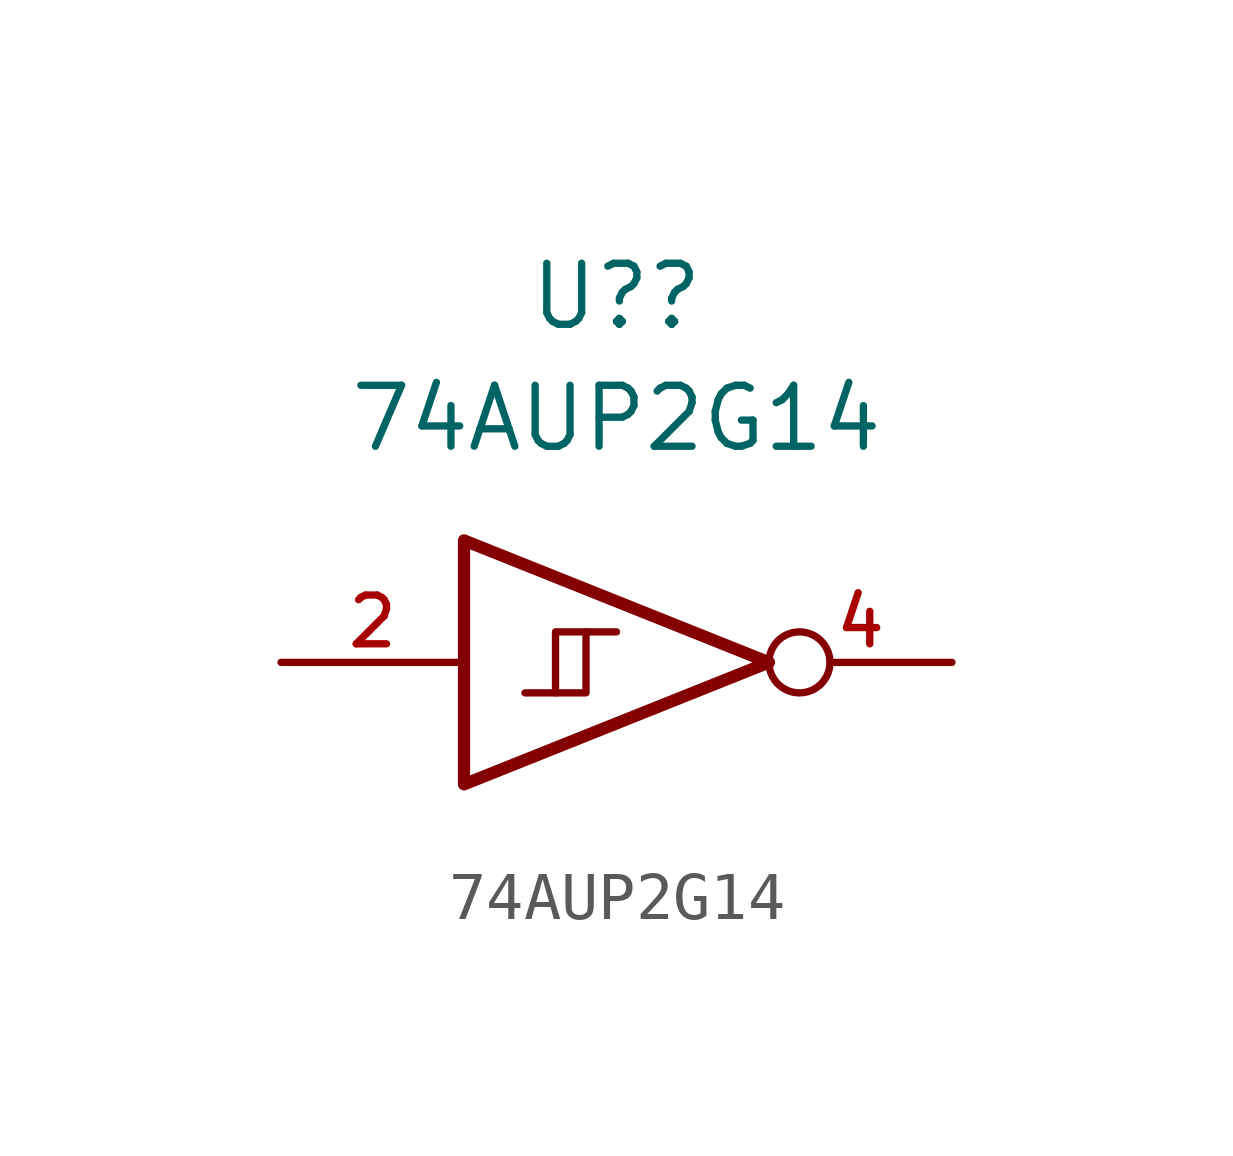
<source format=kicad_sym>
(kicad_symbol_lib
  (version 20211014)
  (generator kicad_symbol_editor)
  (symbol "74AUP2G14"
    (pin_names
      (offset 1.016))
    (property "Reference" "U?"
      (at -0.635 7.62 0)
      (effects (font (size 1.27 1.27))))
    (property "Value" "74AUP2G14"
      (at -0.635 5.08 0)
      (effects (font (size 1.27 1.27))))
    (symbol "74AUP2G14_0_1"
      (polyline (pts (xy -1.905 -0.635) (xy -1.27 -0.635) (xy -1.27 0.635)) (stroke (width 0) (type default) (color 0 0 0 0)) (fill (type none)))
      (polyline (pts (xy -3.81 2.54) (xy -3.81 -2.54) (xy 2.54 0) (xy -3.81 2.54)) (stroke (width 0.254) (type default) (color 0 0 0 0)) (fill (type none)))
      (polyline (pts (xy -2.54 -0.635) (xy -1.905 -0.635) (xy -1.905 0.635) (xy -0.635 0.635)) (stroke (width 0) (type default) (color 0 0 0 0)) (fill (type none))))
    (symbol "74AUP2G14_1_1"
      (pin input line (at -7.62 0 0) (length 3.81) (name "~" (effects (font (size 1.016 1.016)))) (number "2" (effects (font (size 1.016 1.016)))))
      (pin power_in line (at 0 -2.54 270) (length 0) hide (name "GND" (effects (font (size 1.016 1.016)))) (number "3" (effects (font (size 1.016 1.016)))))
      (pin output inverted (at 6.35 0 180) (length 3.81) (name "~" (effects (font (size 1.016 1.016)))) (number "4" (effects (font (size 1.016 1.016)))))
      (pin power_in line (at 0 2.54 90) (length 0) hide (name "VCC" (effects (font (size 1.016 1.016)))) (number "5" (effects (font (size 1.016 1.016))))))))
</source>
